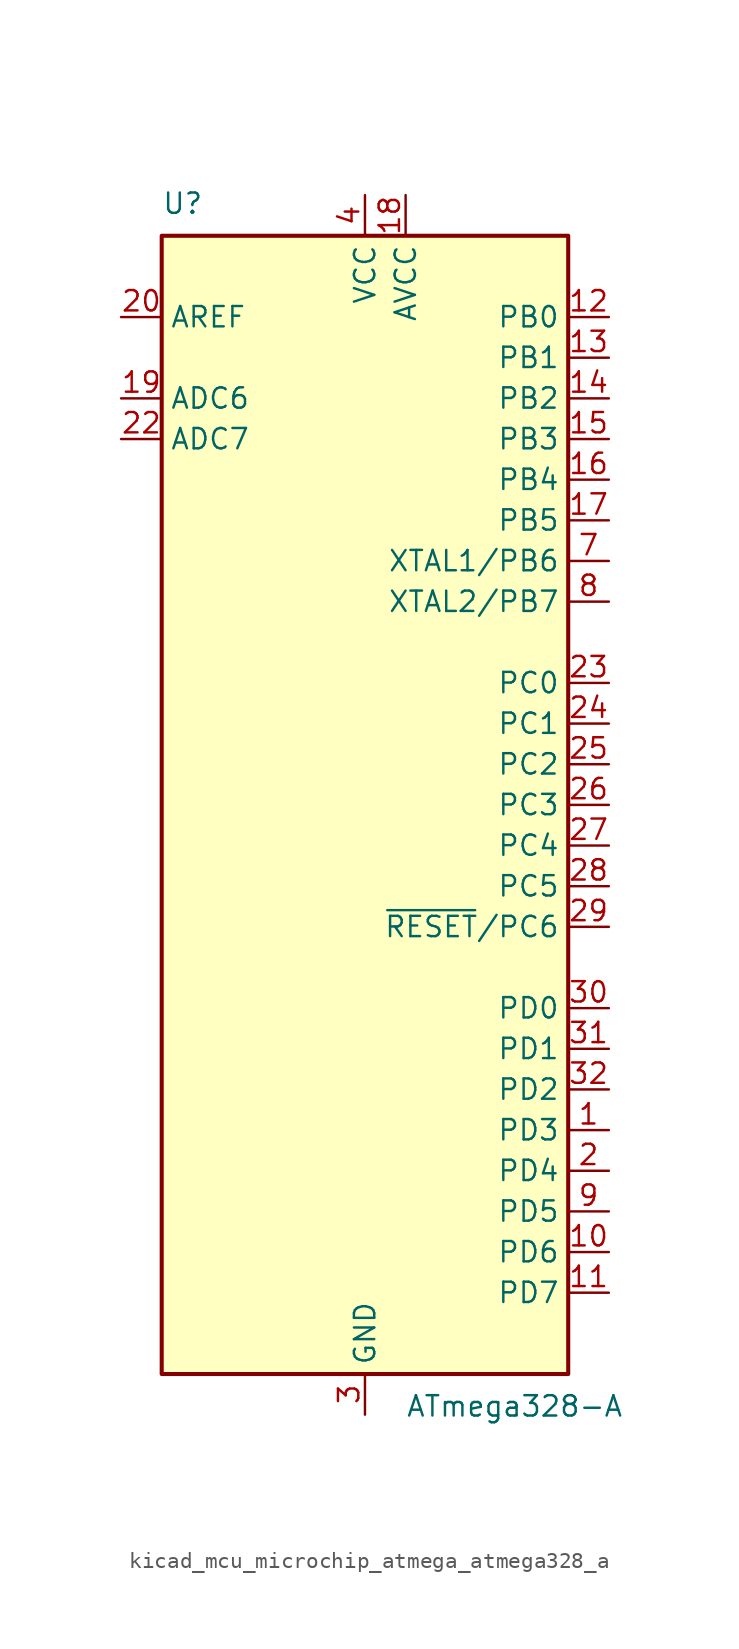
<source format=kicad_sym>
(kicad_symbol_lib
  (version 20220914)
  (generator kicad_symbol_editor)
  (symbol "kicad_mcu_microchip_atmega_atmega328_a"
    (property "Reference" "U"
      (at -12.7 36.83 0)
      (effects (font (size 1.27 1.27)) (justify left bottom)))
    (property "Value" "ATmega328-A"
      (at 2.54 -36.83 0)
      (effects (font (size 1.27 1.27)) (justify left top)))
    (symbol "kicad_mcu_microchip_atmega_atmega328_a_0_1"
      (rectangle (start -12.7 -35.56) (end 12.7 35.56) (stroke (width 0.254) (type default)) (fill (type background))))
    (symbol "kicad_mcu_microchip_atmega_atmega328_a_1_1"
      (pin bidirectional line (at 15.24 -20.32 180) (length 2.54) (name "PD3" (effects (font (size 1.27 1.27)))) (number "1" (effects (font (size 1.27 1.27)))))
      (pin bidirectional line (at 15.24 -27.94 180) (length 2.54) (name "PD6" (effects (font (size 1.27 1.27)))) (number "10" (effects (font (size 1.27 1.27)))))
      (pin bidirectional line (at 15.24 -30.48 180) (length 2.54) (name "PD7" (effects (font (size 1.27 1.27)))) (number "11" (effects (font (size 1.27 1.27)))))
      (pin bidirectional line (at 15.24 30.48 180) (length 2.54) (name "PB0" (effects (font (size 1.27 1.27)))) (number "12" (effects (font (size 1.27 1.27)))))
      (pin bidirectional line (at 15.24 27.94 180) (length 2.54) (name "PB1" (effects (font (size 1.27 1.27)))) (number "13" (effects (font (size 1.27 1.27)))))
      (pin bidirectional line (at 15.24 25.4 180) (length 2.54) (name "PB2" (effects (font (size 1.27 1.27)))) (number "14" (effects (font (size 1.27 1.27)))))
      (pin bidirectional line (at 15.24 22.86 180) (length 2.54) (name "PB3" (effects (font (size 1.27 1.27)))) (number "15" (effects (font (size 1.27 1.27)))))
      (pin bidirectional line (at 15.24 20.32 180) (length 2.54) (name "PB4" (effects (font (size 1.27 1.27)))) (number "16" (effects (font (size 1.27 1.27)))))
      (pin bidirectional line (at 15.24 17.78 180) (length 2.54) (name "PB5" (effects (font (size 1.27 1.27)))) (number "17" (effects (font (size 1.27 1.27)))))
      (pin power_in line (at 2.54 38.1 270) (length 2.54) (name "AVCC" (effects (font (size 1.27 1.27)))) (number "18" (effects (font (size 1.27 1.27)))))
      (pin input line (at -15.24 25.4 0) (length 2.54) (name "ADC6" (effects (font (size 1.27 1.27)))) (number "19" (effects (font (size 1.27 1.27)))))
      (pin bidirectional line (at 15.24 -22.86 180) (length 2.54) (name "PD4" (effects (font (size 1.27 1.27)))) (number "2" (effects (font (size 1.27 1.27)))))
      (pin passive line (at -15.24 30.48 0) (length 2.54) (name "AREF" (effects (font (size 1.27 1.27)))) (number "20" (effects (font (size 1.27 1.27)))))
      (pin passive line (at 0 -38.1 90) (length 2.54) hide (name "GND" (effects (font (size 1.27 1.27)))) (number "21" (effects (font (size 1.27 1.27)))))
      (pin input line (at -15.24 22.86 0) (length 2.54) (name "ADC7" (effects (font (size 1.27 1.27)))) (number "22" (effects (font (size 1.27 1.27)))))
      (pin bidirectional line (at 15.24 7.62 180) (length 2.54) (name "PC0" (effects (font (size 1.27 1.27)))) (number "23" (effects (font (size 1.27 1.27)))))
      (pin bidirectional line (at 15.24 5.08 180) (length 2.54) (name "PC1" (effects (font (size 1.27 1.27)))) (number "24" (effects (font (size 1.27 1.27)))))
      (pin bidirectional line (at 15.24 2.54 180) (length 2.54) (name "PC2" (effects (font (size 1.27 1.27)))) (number "25" (effects (font (size 1.27 1.27)))))
      (pin bidirectional line (at 15.24 0 180) (length 2.54) (name "PC3" (effects (font (size 1.27 1.27)))) (number "26" (effects (font (size 1.27 1.27)))))
      (pin bidirectional line (at 15.24 -2.54 180) (length 2.54) (name "PC4" (effects (font (size 1.27 1.27)))) (number "27" (effects (font (size 1.27 1.27)))))
      (pin bidirectional line (at 15.24 -5.08 180) (length 2.54) (name "PC5" (effects (font (size 1.27 1.27)))) (number "28" (effects (font (size 1.27 1.27)))))
      (pin bidirectional line (at 15.24 -7.62 180) (length 2.54) (name "~{RESET}/PC6" (effects (font (size 1.27 1.27)))) (number "29" (effects (font (size 1.27 1.27)))))
      (pin power_in line (at 0 -38.1 90) (length 2.54) (name "GND" (effects (font (size 1.27 1.27)))) (number "3" (effects (font (size 1.27 1.27)))))
      (pin bidirectional line (at 15.24 -12.7 180) (length 2.54) (name "PD0" (effects (font (size 1.27 1.27)))) (number "30" (effects (font (size 1.27 1.27)))))
      (pin bidirectional line (at 15.24 -15.24 180) (length 2.54) (name "PD1" (effects (font (size 1.27 1.27)))) (number "31" (effects (font (size 1.27 1.27)))))
      (pin bidirectional line (at 15.24 -17.78 180) (length 2.54) (name "PD2" (effects (font (size 1.27 1.27)))) (number "32" (effects (font (size 1.27 1.27)))))
      (pin power_in line (at 0 38.1 270) (length 2.54) (name "VCC" (effects (font (size 1.27 1.27)))) (number "4" (effects (font (size 1.27 1.27)))))
      (pin passive line (at 0 -38.1 90) (length 2.54) hide (name "GND" (effects (font (size 1.27 1.27)))) (number "5" (effects (font (size 1.27 1.27)))))
      (pin passive line (at 0 38.1 270) (length 2.54) hide (name "VCC" (effects (font (size 1.27 1.27)))) (number "6" (effects (font (size 1.27 1.27)))))
      (pin bidirectional line (at 15.24 15.24 180) (length 2.54) (name "XTAL1/PB6" (effects (font (size 1.27 1.27)))) (number "7" (effects (font (size 1.27 1.27)))))
      (pin bidirectional line (at 15.24 12.7 180) (length 2.54) (name "XTAL2/PB7" (effects (font (size 1.27 1.27)))) (number "8" (effects (font (size 1.27 1.27)))))
      (pin bidirectional line (at 15.24 -25.4 180) (length 2.54) (name "PD5" (effects (font (size 1.27 1.27)))) (number "9" (effects (font (size 1.27 1.27))))))))
</source>
